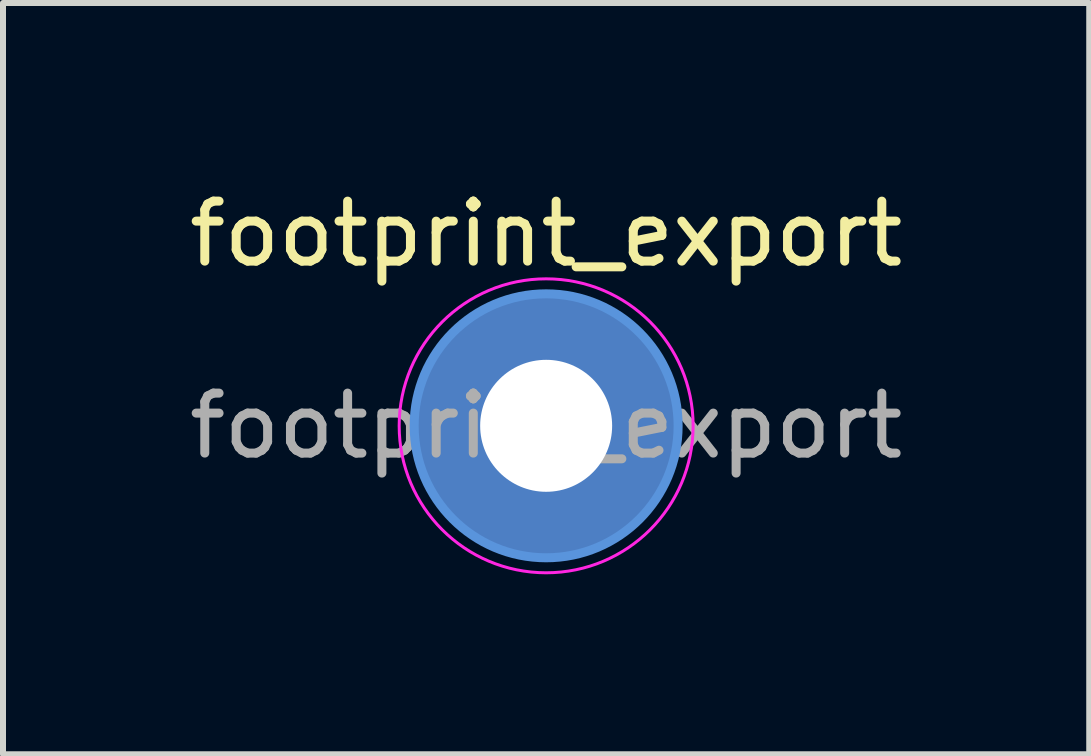
<source format=kicad_pcb>
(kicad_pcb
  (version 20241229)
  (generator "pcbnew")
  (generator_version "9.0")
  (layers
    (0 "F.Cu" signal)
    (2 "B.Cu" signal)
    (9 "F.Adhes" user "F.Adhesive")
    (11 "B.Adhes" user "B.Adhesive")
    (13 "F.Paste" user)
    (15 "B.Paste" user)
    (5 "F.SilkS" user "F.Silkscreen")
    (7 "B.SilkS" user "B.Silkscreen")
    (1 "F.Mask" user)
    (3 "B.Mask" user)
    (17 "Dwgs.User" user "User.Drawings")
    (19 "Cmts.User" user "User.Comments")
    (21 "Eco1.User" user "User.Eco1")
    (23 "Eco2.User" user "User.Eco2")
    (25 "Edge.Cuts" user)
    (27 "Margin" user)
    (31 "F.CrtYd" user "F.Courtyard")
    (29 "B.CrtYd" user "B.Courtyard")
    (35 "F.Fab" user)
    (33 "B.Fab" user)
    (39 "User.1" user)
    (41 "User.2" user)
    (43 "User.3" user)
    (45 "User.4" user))
  (footprint "footprint_export"
    (layer "F.Cu")
    (at 6.054 4.048)
    (property "Reference" "footprint_export" (at 0 -3.2 0) (layer "F.SilkS") (effects (font (size 1 1) (thickness 0.15))))
    (attr exclude_from_pos_files exclude_from_bom)
    (fp_circle (center 0 0) (end 2.2 0) (stroke (width 0.15) (type solid)) (fill no) (layer "Cmts.User"))
    (fp_circle (center 0 0) (end 2.45 0) (stroke (width 0.05) (type solid)) (fill no) (layer "F.CrtYd"))
    (fp_text user "${REFERENCE}" (at 0 0 0) (layer "F.Fab") (effects (font (size 1 1) (thickness 0.15))))
    (pad "1" thru_hole circle (at 0 0) (size 2.6 2.6) (drill 2.2) (layers "*.Cu" "*.Mask"))
    (pad "1" connect circle (at 0 0) (size 4.4 4.4) (layers "F.Cu" "F.Mask"))
    (pad "1" connect circle (at 0 0) (size 4.4 4.4) (layers "B.Cu" "B.Mask")))
  (gr_rect
    (start -3 -3)
    (end 15.107 9.523)
    (stroke (width 0.1) (type default))
    (fill no)
    (layer "Edge.Cuts")))
</source>
